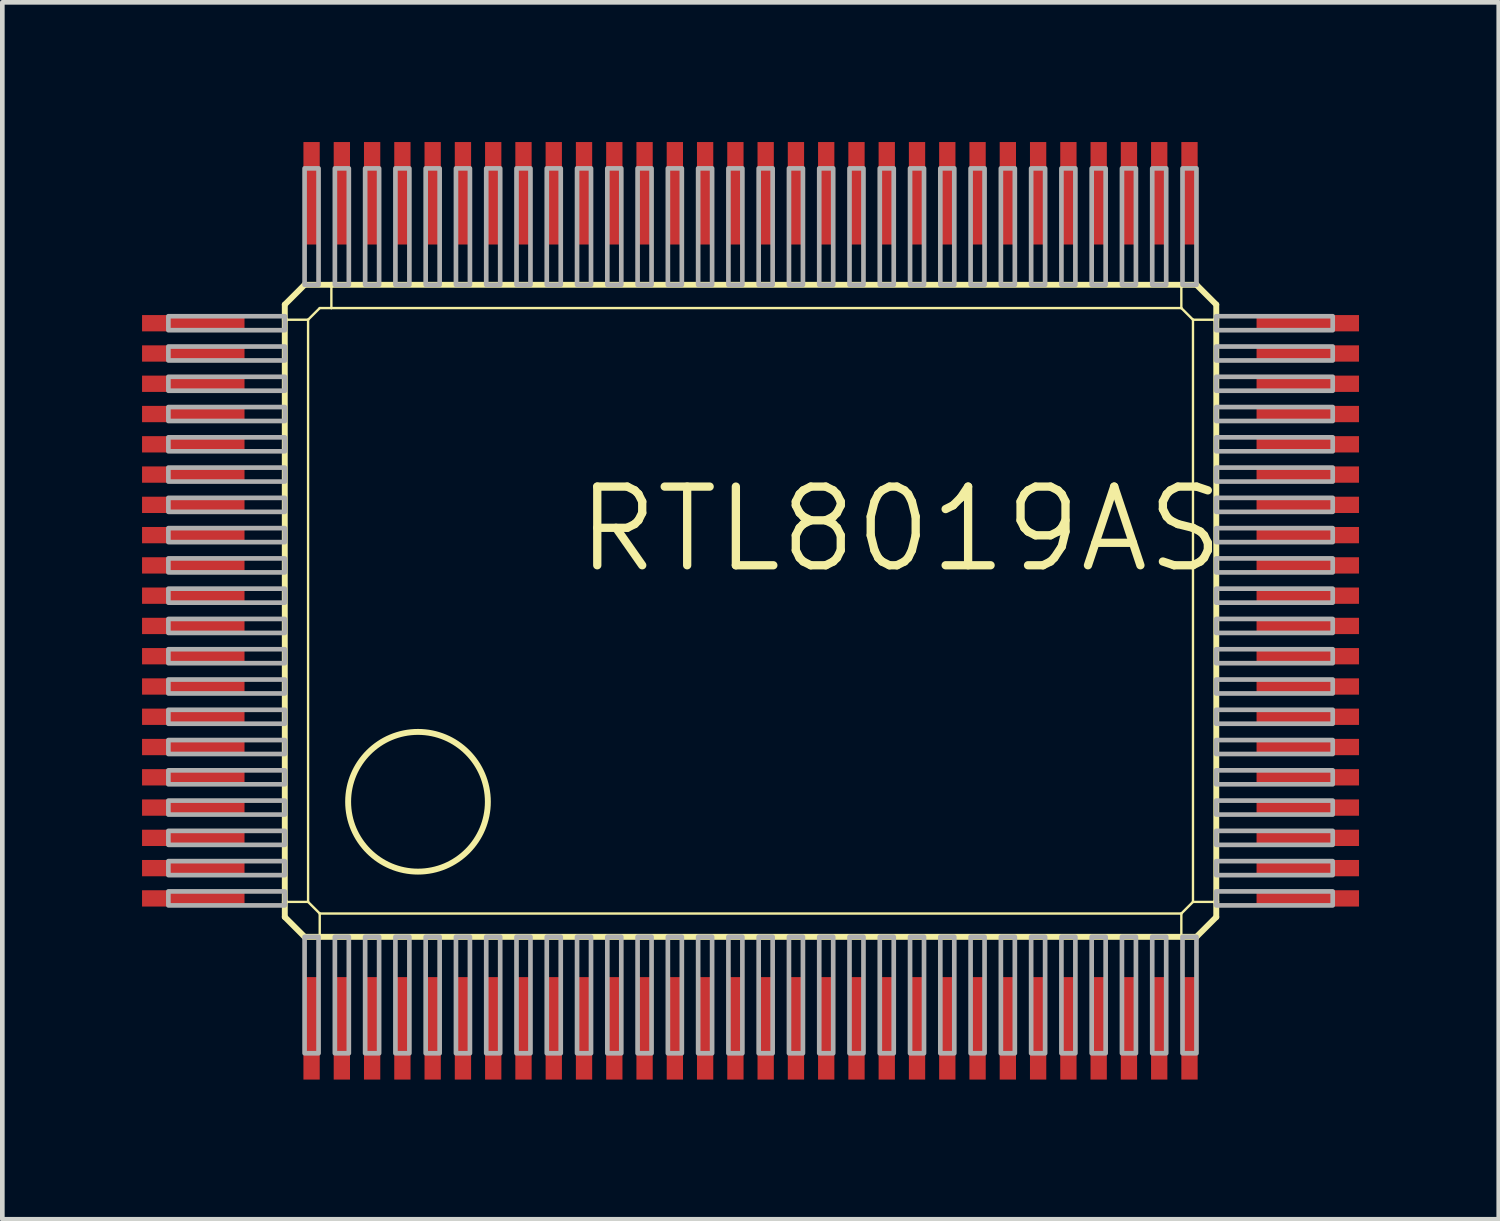
<source format=kicad_pcb>
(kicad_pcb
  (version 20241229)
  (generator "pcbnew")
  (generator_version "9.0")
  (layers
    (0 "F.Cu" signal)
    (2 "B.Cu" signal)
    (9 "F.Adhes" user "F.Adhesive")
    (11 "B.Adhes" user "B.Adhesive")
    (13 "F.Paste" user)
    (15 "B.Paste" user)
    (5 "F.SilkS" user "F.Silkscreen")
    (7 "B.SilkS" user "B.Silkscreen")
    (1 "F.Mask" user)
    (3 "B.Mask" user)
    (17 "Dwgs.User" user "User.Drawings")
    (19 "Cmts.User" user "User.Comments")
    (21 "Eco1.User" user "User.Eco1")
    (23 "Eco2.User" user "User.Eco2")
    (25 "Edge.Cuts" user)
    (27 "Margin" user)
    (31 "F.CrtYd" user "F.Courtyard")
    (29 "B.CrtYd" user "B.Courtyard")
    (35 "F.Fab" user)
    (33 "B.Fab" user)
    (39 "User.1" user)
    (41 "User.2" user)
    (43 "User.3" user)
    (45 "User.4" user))
  (footprint "RTL8019AS"
    (layer "F.Cu")
    (at 13.065 10.065)
    (property "Reference" "RTL8019AS" (at -3.81 -0.762 0) (layer "F.SilkS") (effects (font (size 1.689 1.689) (thickness 0.178)) (justify left bottom)))
    (attr through_hole)
    (fp_line (start -10 -6.575) (end -9.575 -7) (stroke (width 0.127) (type solid)) (layer "F.SilkS"))
    (fp_line (start -10 -6.25) (end -10 -6.575) (stroke (width 0.127) (type solid)) (layer "F.SilkS"))
    (fp_line (start -10 -6.25) (end -9.5 -6.25) (stroke (width 0.051) (type solid)) (layer "F.SilkS"))
    (fp_line (start -10 6.25) (end -10 -6.25) (stroke (width 0.127) (type solid)) (layer "F.SilkS"))
    (fp_line (start -10 6.25) (end -9.5 6.25) (stroke (width 0.051) (type solid)) (layer "F.SilkS"))
    (fp_line (start -10 6.575) (end -10 6.25) (stroke (width 0.127) (type solid)) (layer "F.SilkS"))
    (fp_line (start -9.575 -7) (end -9 -7) (stroke (width 0.127) (type solid)) (layer "F.SilkS"))
    (fp_line (start -9.575 7) (end -10 6.575) (stroke (width 0.127) (type solid)) (layer "F.SilkS"))
    (fp_line (start -9.5 -6.25) (end -9.25 -6.5) (stroke (width 0.051) (type solid)) (layer "F.SilkS"))
    (fp_line (start -9.5 6.25) (end -9.5 -6.25) (stroke (width 0.051) (type solid)) (layer "F.SilkS"))
    (fp_line (start -9.25 -6.5) (end -9 -6.5) (stroke (width 0.051) (type solid)) (layer "F.SilkS"))
    (fp_line (start -9.25 6.5) (end -9.5 6.25) (stroke (width 0.051) (type solid)) (layer "F.SilkS"))
    (fp_line (start -9.25 7) (end -9.575 7) (stroke (width 0.127) (type solid)) (layer "F.SilkS"))
    (fp_line (start -9.25 7) (end -9.25 6.5) (stroke (width 0.051) (type solid)) (layer "F.SilkS"))
    (fp_line (start -9 -7) (end -9 -6.5) (stroke (width 0.051) (type solid)) (layer "F.SilkS"))
    (fp_line (start -9 -7) (end 9.25 -7) (stroke (width 0.127) (type solid)) (layer "F.SilkS"))
    (fp_line (start -9 -6.5) (end 9.25 -6.5) (stroke (width 0.051) (type solid)) (layer "F.SilkS"))
    (fp_line (start 9.25 -7) (end 9.25 -6.5) (stroke (width 0.051) (type solid)) (layer "F.SilkS"))
    (fp_line (start 9.25 -7) (end 9.575 -7) (stroke (width 0.127) (type solid)) (layer "F.SilkS"))
    (fp_line (start 9.25 -6.5) (end 9.5 -6.25) (stroke (width 0.051) (type solid)) (layer "F.SilkS"))
    (fp_line (start 9.25 6.5) (end -9.25 6.5) (stroke (width 0.051) (type solid)) (layer "F.SilkS"))
    (fp_line (start 9.25 6.5) (end 9.25 7) (stroke (width 0.051) (type solid)) (layer "F.SilkS"))
    (fp_line (start 9.25 7) (end -9.25 7) (stroke (width 0.127) (type solid)) (layer "F.SilkS"))
    (fp_line (start 9.5 -6.25) (end 9.5 6.25) (stroke (width 0.051) (type solid)) (layer "F.SilkS"))
    (fp_line (start 9.5 6.25) (end 9.25 6.5) (stroke (width 0.051) (type solid)) (layer "F.SilkS"))
    (fp_line (start 9.575 -7) (end 10 -6.575) (stroke (width 0.127) (type solid)) (layer "F.SilkS"))
    (fp_line (start 9.575 7) (end 9.25 7) (stroke (width 0.127) (type solid)) (layer "F.SilkS"))
    (fp_line (start 10 -6.575) (end 10 -6.25) (stroke (width 0.127) (type solid)) (layer "F.SilkS"))
    (fp_line (start 10 -6.25) (end 9.5 -6.25) (stroke (width 0.051) (type solid)) (layer "F.SilkS"))
    (fp_line (start 10 -6.25) (end 10 6.25) (stroke (width 0.127) (type solid)) (layer "F.SilkS"))
    (fp_line (start 10 6.25) (end 9.5 6.25) (stroke (width 0.051) (type solid)) (layer "F.SilkS"))
    (fp_line (start 10 6.25) (end 10 6.575) (stroke (width 0.127) (type solid)) (layer "F.SilkS"))
    (fp_line (start 10 6.575) (end 9.575 7) (stroke (width 0.127) (type solid)) (layer "F.SilkS"))
    (fp_circle (center -7.14 4.1) (end -5.64 4.1) (stroke (width 0.127) (type solid)) (fill no) (layer "F.SilkS"))
    (fp_poly (pts (xy -12.5 -6.025) (xy -10 -6.025) (xy -10 -6.325) (xy -12.5 -6.325)) (stroke (width 0.1) (type solid)) (fill no) (layer "F.Fab"))
    (fp_poly (pts (xy -12.5 -5.375) (xy -10 -5.375) (xy -10 -5.675) (xy -12.5 -5.675)) (stroke (width 0.1) (type solid)) (fill no) (layer "F.Fab"))
    (fp_poly (pts (xy -12.5 -4.725) (xy -10 -4.725) (xy -10 -5.025) (xy -12.5 -5.025)) (stroke (width 0.1) (type solid)) (fill no) (layer "F.Fab"))
    (fp_poly (pts (xy -12.5 -4.075) (xy -10 -4.075) (xy -10 -4.375) (xy -12.5 -4.375)) (stroke (width 0.1) (type solid)) (fill no) (layer "F.Fab"))
    (fp_poly (pts (xy -12.5 -3.425) (xy -10 -3.425) (xy -10 -3.725) (xy -12.5 -3.725)) (stroke (width 0.1) (type solid)) (fill no) (layer "F.Fab"))
    (fp_poly (pts (xy -12.5 -2.775) (xy -10 -2.775) (xy -10 -3.075) (xy -12.5 -3.075)) (stroke (width 0.1) (type solid)) (fill no) (layer "F.Fab"))
    (fp_poly (pts (xy -12.5 -2.125) (xy -10 -2.125) (xy -10 -2.425) (xy -12.5 -2.425)) (stroke (width 0.1) (type solid)) (fill no) (layer "F.Fab"))
    (fp_poly (pts (xy -12.5 -1.475) (xy -10 -1.475) (xy -10 -1.775) (xy -12.5 -1.775)) (stroke (width 0.1) (type solid)) (fill no) (layer "F.Fab"))
    (fp_poly (pts (xy -12.5 -0.825) (xy -10 -0.825) (xy -10 -1.125) (xy -12.5 -1.125)) (stroke (width 0.1) (type solid)) (fill no) (layer "F.Fab"))
    (fp_poly (pts (xy -12.5 -0.175) (xy -10 -0.175) (xy -10 -0.475) (xy -12.5 -0.475)) (stroke (width 0.1) (type solid)) (fill no) (layer "F.Fab"))
    (fp_poly (pts (xy -12.5 0.475) (xy -10 0.475) (xy -10 0.175) (xy -12.5 0.175)) (stroke (width 0.1) (type solid)) (fill no) (layer "F.Fab"))
    (fp_poly (pts (xy -12.5 1.125) (xy -10 1.125) (xy -10 0.825) (xy -12.5 0.825)) (stroke (width 0.1) (type solid)) (fill no) (layer "F.Fab"))
    (fp_poly (pts (xy -12.5 1.775) (xy -10 1.775) (xy -10 1.475) (xy -12.5 1.475)) (stroke (width 0.1) (type solid)) (fill no) (layer "F.Fab"))
    (fp_poly (pts (xy -12.5 2.425) (xy -10 2.425) (xy -10 2.125) (xy -12.5 2.125)) (stroke (width 0.1) (type solid)) (fill no) (layer "F.Fab"))
    (fp_poly (pts (xy -12.5 3.075) (xy -10 3.075) (xy -10 2.775) (xy -12.5 2.775)) (stroke (width 0.1) (type solid)) (fill no) (layer "F.Fab"))
    (fp_poly (pts (xy -12.5 3.725) (xy -10 3.725) (xy -10 3.425) (xy -12.5 3.425)) (stroke (width 0.1) (type solid)) (fill no) (layer "F.Fab"))
    (fp_poly (pts (xy -12.5 4.375) (xy -10 4.375) (xy -10 4.075) (xy -12.5 4.075)) (stroke (width 0.1) (type solid)) (fill no) (layer "F.Fab"))
    (fp_poly (pts (xy -12.5 5.025) (xy -10 5.025) (xy -10 4.725) (xy -12.5 4.725)) (stroke (width 0.1) (type solid)) (fill no) (layer "F.Fab"))
    (fp_poly (pts (xy -12.5 5.675) (xy -10 5.675) (xy -10 5.375) (xy -12.5 5.375)) (stroke (width 0.1) (type solid)) (fill no) (layer "F.Fab"))
    (fp_poly (pts (xy -12.5 6.325) (xy -10 6.325) (xy -10 6.025) (xy -12.5 6.025)) (stroke (width 0.1) (type solid)) (fill no) (layer "F.Fab"))
    (fp_poly (pts (xy -9.575 -7) (xy -9.275 -7) (xy -9.275 -9.5) (xy -9.575 -9.5)) (stroke (width 0.1) (type solid)) (fill no) (layer "F.Fab"))
    (fp_poly (pts (xy -9.575 9.5) (xy -9.275 9.5) (xy -9.275 7) (xy -9.575 7)) (stroke (width 0.1) (type solid)) (fill no) (layer "F.Fab"))
    (fp_poly (pts (xy -8.925 -7) (xy -8.625 -7) (xy -8.625 -9.5) (xy -8.925 -9.5)) (stroke (width 0.1) (type solid)) (fill no) (layer "F.Fab"))
    (fp_poly (pts (xy -8.925 9.5) (xy -8.625 9.5) (xy -8.625 7) (xy -8.925 7)) (stroke (width 0.1) (type solid)) (fill no) (layer "F.Fab"))
    (fp_poly (pts (xy -8.275 -7) (xy -7.975 -7) (xy -7.975 -9.5) (xy -8.275 -9.5)) (stroke (width 0.1) (type solid)) (fill no) (layer "F.Fab"))
    (fp_poly (pts (xy -8.275 9.5) (xy -7.975 9.5) (xy -7.975 7) (xy -8.275 7)) (stroke (width 0.1) (type solid)) (fill no) (layer "F.Fab"))
    (fp_poly (pts (xy -7.625 -7) (xy -7.325 -7) (xy -7.325 -9.5) (xy -7.625 -9.5)) (stroke (width 0.1) (type solid)) (fill no) (layer "F.Fab"))
    (fp_poly (pts (xy -7.625 9.5) (xy -7.325 9.5) (xy -7.325 7) (xy -7.625 7)) (stroke (width 0.1) (type solid)) (fill no) (layer "F.Fab"))
    (fp_poly (pts (xy -6.975 -7) (xy -6.675 -7) (xy -6.675 -9.5) (xy -6.975 -9.5)) (stroke (width 0.1) (type solid)) (fill no) (layer "F.Fab"))
    (fp_poly (pts (xy -6.975 9.5) (xy -6.675 9.5) (xy -6.675 7) (xy -6.975 7)) (stroke (width 0.1) (type solid)) (fill no) (layer "F.Fab"))
    (fp_poly (pts (xy -6.325 -7) (xy -6.025 -7) (xy -6.025 -9.5) (xy -6.325 -9.5)) (stroke (width 0.1) (type solid)) (fill no) (layer "F.Fab"))
    (fp_poly (pts (xy -6.325 9.5) (xy -6.025 9.5) (xy -6.025 7) (xy -6.325 7)) (stroke (width 0.1) (type solid)) (fill no) (layer "F.Fab"))
    (fp_poly (pts (xy -5.675 -7) (xy -5.375 -7) (xy -5.375 -9.5) (xy -5.675 -9.5)) (stroke (width 0.1) (type solid)) (fill no) (layer "F.Fab"))
    (fp_poly (pts (xy -5.675 9.5) (xy -5.375 9.5) (xy -5.375 7) (xy -5.675 7)) (stroke (width 0.1) (type solid)) (fill no) (layer "F.Fab"))
    (fp_poly (pts (xy -5.025 -7) (xy -4.725 -7) (xy -4.725 -9.5) (xy -5.025 -9.5)) (stroke (width 0.1) (type solid)) (fill no) (layer "F.Fab"))
    (fp_poly (pts (xy -5.025 9.5) (xy -4.725 9.5) (xy -4.725 7) (xy -5.025 7)) (stroke (width 0.1) (type solid)) (fill no) (layer "F.Fab"))
    (fp_poly (pts (xy -4.375 -7) (xy -4.075 -7) (xy -4.075 -9.5) (xy -4.375 -9.5)) (stroke (width 0.1) (type solid)) (fill no) (layer "F.Fab"))
    (fp_poly (pts (xy -4.375 9.5) (xy -4.075 9.5) (xy -4.075 7) (xy -4.375 7)) (stroke (width 0.1) (type solid)) (fill no) (layer "F.Fab"))
    (fp_poly (pts (xy -3.725 -7) (xy -3.425 -7) (xy -3.425 -9.5) (xy -3.725 -9.5)) (stroke (width 0.1) (type solid)) (fill no) (layer "F.Fab"))
    (fp_poly (pts (xy -3.725 9.5) (xy -3.425 9.5) (xy -3.425 7) (xy -3.725 7)) (stroke (width 0.1) (type solid)) (fill no) (layer "F.Fab"))
    (fp_poly (pts (xy -3.075 -7) (xy -2.775 -7) (xy -2.775 -9.5) (xy -3.075 -9.5)) (stroke (width 0.1) (type solid)) (fill no) (layer "F.Fab"))
    (fp_poly (pts (xy -3.075 9.5) (xy -2.775 9.5) (xy -2.775 7) (xy -3.075 7)) (stroke (width 0.1) (type solid)) (fill no) (layer "F.Fab"))
    (fp_poly (pts (xy -2.425 -7) (xy -2.125 -7) (xy -2.125 -9.5) (xy -2.425 -9.5)) (stroke (width 0.1) (type solid)) (fill no) (layer "F.Fab"))
    (fp_poly (pts (xy -2.425 9.5) (xy -2.125 9.5) (xy -2.125 7) (xy -2.425 7)) (stroke (width 0.1) (type solid)) (fill no) (layer "F.Fab"))
    (fp_poly (pts (xy -1.775 -7) (xy -1.475 -7) (xy -1.475 -9.5) (xy -1.775 -9.5)) (stroke (width 0.1) (type solid)) (fill no) (layer "F.Fab"))
    (fp_poly (pts (xy -1.775 9.5) (xy -1.475 9.5) (xy -1.475 7) (xy -1.775 7)) (stroke (width 0.1) (type solid)) (fill no) (layer "F.Fab"))
    (fp_poly (pts (xy -1.125 -7) (xy -0.825 -7) (xy -0.825 -9.5) (xy -1.125 -9.5)) (stroke (width 0.1) (type solid)) (fill no) (layer "F.Fab"))
    (fp_poly (pts (xy -1.125 9.5) (xy -0.825 9.5) (xy -0.825 7) (xy -1.125 7)) (stroke (width 0.1) (type solid)) (fill no) (layer "F.Fab"))
    (fp_poly (pts (xy -0.475 -7) (xy -0.175 -7) (xy -0.175 -9.5) (xy -0.475 -9.5)) (stroke (width 0.1) (type solid)) (fill no) (layer "F.Fab"))
    (fp_poly (pts (xy -0.475 9.5) (xy -0.175 9.5) (xy -0.175 7) (xy -0.475 7)) (stroke (width 0.1) (type solid)) (fill no) (layer "F.Fab"))
    (fp_poly (pts (xy 0.175 -7) (xy 0.475 -7) (xy 0.475 -9.5) (xy 0.175 -9.5)) (stroke (width 0.1) (type solid)) (fill no) (layer "F.Fab"))
    (fp_poly (pts (xy 0.175 9.5) (xy 0.475 9.5) (xy 0.475 7) (xy 0.175 7)) (stroke (width 0.1) (type solid)) (fill no) (layer "F.Fab"))
    (fp_poly (pts (xy 0.825 -7) (xy 1.125 -7) (xy 1.125 -9.5) (xy 0.825 -9.5)) (stroke (width 0.1) (type solid)) (fill no) (layer "F.Fab"))
    (fp_poly (pts (xy 0.825 9.5) (xy 1.125 9.5) (xy 1.125 7) (xy 0.825 7)) (stroke (width 0.1) (type solid)) (fill no) (layer "F.Fab"))
    (fp_poly (pts (xy 1.475 -7) (xy 1.775 -7) (xy 1.775 -9.5) (xy 1.475 -9.5)) (stroke (width 0.1) (type solid)) (fill no) (layer "F.Fab"))
    (fp_poly (pts (xy 1.475 9.5) (xy 1.775 9.5) (xy 1.775 7) (xy 1.475 7)) (stroke (width 0.1) (type solid)) (fill no) (layer "F.Fab"))
    (fp_poly (pts (xy 2.125 -7) (xy 2.425 -7) (xy 2.425 -9.5) (xy 2.125 -9.5)) (stroke (width 0.1) (type solid)) (fill no) (layer "F.Fab"))
    (fp_poly (pts (xy 2.125 9.5) (xy 2.425 9.5) (xy 2.425 7) (xy 2.125 7)) (stroke (width 0.1) (type solid)) (fill no) (layer "F.Fab"))
    (fp_poly (pts (xy 2.775 -7) (xy 3.075 -7) (xy 3.075 -9.5) (xy 2.775 -9.5)) (stroke (width 0.1) (type solid)) (fill no) (layer "F.Fab"))
    (fp_poly (pts (xy 2.775 9.5) (xy 3.075 9.5) (xy 3.075 7) (xy 2.775 7)) (stroke (width 0.1) (type solid)) (fill no) (layer "F.Fab"))
    (fp_poly (pts (xy 3.425 -7) (xy 3.725 -7) (xy 3.725 -9.5) (xy 3.425 -9.5)) (stroke (width 0.1) (type solid)) (fill no) (layer "F.Fab"))
    (fp_poly (pts (xy 3.425 9.5) (xy 3.725 9.5) (xy 3.725 7) (xy 3.425 7)) (stroke (width 0.1) (type solid)) (fill no) (layer "F.Fab"))
    (fp_poly (pts (xy 4.075 -7) (xy 4.375 -7) (xy 4.375 -9.5) (xy 4.075 -9.5)) (stroke (width 0.1) (type solid)) (fill no) (layer "F.Fab"))
    (fp_poly (pts (xy 4.075 9.5) (xy 4.375 9.5) (xy 4.375 7) (xy 4.075 7)) (stroke (width 0.1) (type solid)) (fill no) (layer "F.Fab"))
    (fp_poly (pts (xy 4.725 -7) (xy 5.025 -7) (xy 5.025 -9.5) (xy 4.725 -9.5)) (stroke (width 0.1) (type solid)) (fill no) (layer "F.Fab"))
    (fp_poly (pts (xy 4.725 9.5) (xy 5.025 9.5) (xy 5.025 7) (xy 4.725 7)) (stroke (width 0.1) (type solid)) (fill no) (layer "F.Fab"))
    (fp_poly (pts (xy 5.375 -7) (xy 5.675 -7) (xy 5.675 -9.5) (xy 5.375 -9.5)) (stroke (width 0.1) (type solid)) (fill no) (layer "F.Fab"))
    (fp_poly (pts (xy 5.375 9.5) (xy 5.675 9.5) (xy 5.675 7) (xy 5.375 7)) (stroke (width 0.1) (type solid)) (fill no) (layer "F.Fab"))
    (fp_poly (pts (xy 6.025 -7) (xy 6.325 -7) (xy 6.325 -9.5) (xy 6.025 -9.5)) (stroke (width 0.1) (type solid)) (fill no) (layer "F.Fab"))
    (fp_poly (pts (xy 6.025 9.5) (xy 6.325 9.5) (xy 6.325 7) (xy 6.025 7)) (stroke (width 0.1) (type solid)) (fill no) (layer "F.Fab"))
    (fp_poly (pts (xy 6.675 -7) (xy 6.975 -7) (xy 6.975 -9.5) (xy 6.675 -9.5)) (stroke (width 0.1) (type solid)) (fill no) (layer "F.Fab"))
    (fp_poly (pts (xy 6.675 9.5) (xy 6.975 9.5) (xy 6.975 7) (xy 6.675 7)) (stroke (width 0.1) (type solid)) (fill no) (layer "F.Fab"))
    (fp_poly (pts (xy 7.325 -7) (xy 7.625 -7) (xy 7.625 -9.5) (xy 7.325 -9.5)) (stroke (width 0.1) (type solid)) (fill no) (layer "F.Fab"))
    (fp_poly (pts (xy 7.325 9.5) (xy 7.625 9.5) (xy 7.625 7) (xy 7.325 7)) (stroke (width 0.1) (type solid)) (fill no) (layer "F.Fab"))
    (fp_poly (pts (xy 7.975 -7) (xy 8.275 -7) (xy 8.275 -9.5) (xy 7.975 -9.5)) (stroke (width 0.1) (type solid)) (fill no) (layer "F.Fab"))
    (fp_poly (pts (xy 7.975 9.5) (xy 8.275 9.5) (xy 8.275 7) (xy 7.975 7)) (stroke (width 0.1) (type solid)) (fill no) (layer "F.Fab"))
    (fp_poly (pts (xy 8.625 -7) (xy 8.925 -7) (xy 8.925 -9.5) (xy 8.625 -9.5)) (stroke (width 0.1) (type solid)) (fill no) (layer "F.Fab"))
    (fp_poly (pts (xy 8.625 9.5) (xy 8.925 9.5) (xy 8.925 7) (xy 8.625 7)) (stroke (width 0.1) (type solid)) (fill no) (layer "F.Fab"))
    (fp_poly (pts (xy 9.275 -7) (xy 9.575 -7) (xy 9.575 -9.5) (xy 9.275 -9.5)) (stroke (width 0.1) (type solid)) (fill no) (layer "F.Fab"))
    (fp_poly (pts (xy 9.275 9.5) (xy 9.575 9.5) (xy 9.575 7) (xy 9.275 7)) (stroke (width 0.1) (type solid)) (fill no) (layer "F.Fab"))
    (fp_poly (pts (xy 10 -6.025) (xy 12.5 -6.025) (xy 12.5 -6.325) (xy 10 -6.325)) (stroke (width 0.1) (type solid)) (fill no) (layer "F.Fab"))
    (fp_poly (pts (xy 10 -5.375) (xy 12.5 -5.375) (xy 12.5 -5.675) (xy 10 -5.675)) (stroke (width 0.1) (type solid)) (fill no) (layer "F.Fab"))
    (fp_poly (pts (xy 10 -4.725) (xy 12.5 -4.725) (xy 12.5 -5.025) (xy 10 -5.025)) (stroke (width 0.1) (type solid)) (fill no) (layer "F.Fab"))
    (fp_poly (pts (xy 10 -4.075) (xy 12.5 -4.075) (xy 12.5 -4.375) (xy 10 -4.375)) (stroke (width 0.1) (type solid)) (fill no) (layer "F.Fab"))
    (fp_poly (pts (xy 10 -3.425) (xy 12.5 -3.425) (xy 12.5 -3.725) (xy 10 -3.725)) (stroke (width 0.1) (type solid)) (fill no) (layer "F.Fab"))
    (fp_poly (pts (xy 10 -2.775) (xy 12.5 -2.775) (xy 12.5 -3.075) (xy 10 -3.075)) (stroke (width 0.1) (type solid)) (fill no) (layer "F.Fab"))
    (fp_poly (pts (xy 10 -2.125) (xy 12.5 -2.125) (xy 12.5 -2.425) (xy 10 -2.425)) (stroke (width 0.1) (type solid)) (fill no) (layer "F.Fab"))
    (fp_poly (pts (xy 10 -1.475) (xy 12.5 -1.475) (xy 12.5 -1.775) (xy 10 -1.775)) (stroke (width 0.1) (type solid)) (fill no) (layer "F.Fab"))
    (fp_poly (pts (xy 10 -0.825) (xy 12.5 -0.825) (xy 12.5 -1.125) (xy 10 -1.125)) (stroke (width 0.1) (type solid)) (fill no) (layer "F.Fab"))
    (fp_poly (pts (xy 10 -0.175) (xy 12.5 -0.175) (xy 12.5 -0.475) (xy 10 -0.475)) (stroke (width 0.1) (type solid)) (fill no) (layer "F.Fab"))
    (fp_poly (pts (xy 10 0.475) (xy 12.5 0.475) (xy 12.5 0.175) (xy 10 0.175)) (stroke (width 0.1) (type solid)) (fill no) (layer "F.Fab"))
    (fp_poly (pts (xy 10 1.125) (xy 12.5 1.125) (xy 12.5 0.825) (xy 10 0.825)) (stroke (width 0.1) (type solid)) (fill no) (layer "F.Fab"))
    (fp_poly (pts (xy 10 1.775) (xy 12.5 1.775) (xy 12.5 1.475) (xy 10 1.475)) (stroke (width 0.1) (type solid)) (fill no) (layer "F.Fab"))
    (fp_poly (pts (xy 10 2.425) (xy 12.5 2.425) (xy 12.5 2.125) (xy 10 2.125)) (stroke (width 0.1) (type solid)) (fill no) (layer "F.Fab"))
    (fp_poly (pts (xy 10 3.075) (xy 12.5 3.075) (xy 12.5 2.775) (xy 10 2.775)) (stroke (width 0.1) (type solid)) (fill no) (layer "F.Fab"))
    (fp_poly (pts (xy 10 3.725) (xy 12.5 3.725) (xy 12.5 3.425) (xy 10 3.425)) (stroke (width 0.1) (type solid)) (fill no) (layer "F.Fab"))
    (fp_poly (pts (xy 10 4.375) (xy 12.5 4.375) (xy 12.5 4.075) (xy 10 4.075)) (stroke (width 0.1) (type solid)) (fill no) (layer "F.Fab"))
    (fp_poly (pts (xy 10 5.025) (xy 12.5 5.025) (xy 12.5 4.725) (xy 10 4.725)) (stroke (width 0.1) (type solid)) (fill no) (layer "F.Fab"))
    (fp_poly (pts (xy 10 5.675) (xy 12.5 5.675) (xy 12.5 5.375) (xy 10 5.375)) (stroke (width 0.1) (type solid)) (fill no) (layer "F.Fab"))
    (fp_poly (pts (xy 10 6.325) (xy 12.5 6.325) (xy 12.5 6.025) (xy 10 6.025)) (stroke (width 0.1) (type solid)) (fill no) (layer "F.Fab"))
    (pad "1" smd rect (at -9.425 8.965) (size 0.35 2.2) (layers "F.Cu" "F.Mask" "F.Paste"))
    (pad "2" smd rect (at -8.775 8.965) (size 0.35 2.2) (layers "F.Cu" "F.Mask" "F.Paste"))
    (pad "3" smd rect (at -8.125 8.965) (size 0.35 2.2) (layers "F.Cu" "F.Mask" "F.Paste"))
    (pad "4" smd rect (at -7.475 8.965) (size 0.35 2.2) (layers "F.Cu" "F.Mask" "F.Paste"))
    (pad "5" smd rect (at -6.825 8.965) (size 0.35 2.2) (layers "F.Cu" "F.Mask" "F.Paste"))
    (pad "6" smd rect (at -6.175 8.965) (size 0.35 2.2) (layers "F.Cu" "F.Mask" "F.Paste"))
    (pad "7" smd rect (at -5.525 8.965) (size 0.35 2.2) (layers "F.Cu" "F.Mask" "F.Paste"))
    (pad "8" smd rect (at -4.875 8.965) (size 0.35 2.2) (layers "F.Cu" "F.Mask" "F.Paste"))
    (pad "9" smd rect (at -4.225 8.965) (size 0.35 2.2) (layers "F.Cu" "F.Mask" "F.Paste"))
    (pad "10" smd rect (at -3.575 8.965) (size 0.35 2.2) (layers "F.Cu" "F.Mask" "F.Paste"))
    (pad "11" smd rect (at -2.925 8.965) (size 0.35 2.2) (layers "F.Cu" "F.Mask" "F.Paste"))
    (pad "12" smd rect (at -2.275 8.965) (size 0.35 2.2) (layers "F.Cu" "F.Mask" "F.Paste"))
    (pad "13" smd rect (at -1.625 8.965) (size 0.35 2.2) (layers "F.Cu" "F.Mask" "F.Paste"))
    (pad "14" smd rect (at -0.975 8.965) (size 0.35 2.2) (layers "F.Cu" "F.Mask" "F.Paste"))
    (pad "15" smd rect (at -0.325 8.965) (size 0.35 2.2) (layers "F.Cu" "F.Mask" "F.Paste"))
    (pad "16" smd rect (at 0.325 8.965) (size 0.35 2.2) (layers "F.Cu" "F.Mask" "F.Paste"))
    (pad "17" smd rect (at 0.975 8.965) (size 0.35 2.2) (layers "F.Cu" "F.Mask" "F.Paste"))
    (pad "18" smd rect (at 1.625 8.965) (size 0.35 2.2) (layers "F.Cu" "F.Mask" "F.Paste"))
    (pad "19" smd rect (at 2.275 8.965) (size 0.35 2.2) (layers "F.Cu" "F.Mask" "F.Paste"))
    (pad "20" smd rect (at 2.925 8.965) (size 0.35 2.2) (layers "F.Cu" "F.Mask" "F.Paste"))
    (pad "21" smd rect (at 3.575 8.965) (size 0.35 2.2) (layers "F.Cu" "F.Mask" "F.Paste"))
    (pad "22" smd rect (at 4.225 8.965) (size 0.35 2.2) (layers "F.Cu" "F.Mask" "F.Paste"))
    (pad "23" smd rect (at 4.875 8.965) (size 0.35 2.2) (layers "F.Cu" "F.Mask" "F.Paste"))
    (pad "24" smd rect (at 5.525 8.965) (size 0.35 2.2) (layers "F.Cu" "F.Mask" "F.Paste"))
    (pad "25" smd rect (at 6.175 8.965) (size 0.35 2.2) (layers "F.Cu" "F.Mask" "F.Paste"))
    (pad "26" smd rect (at 6.825 8.965) (size 0.35 2.2) (layers "F.Cu" "F.Mask" "F.Paste"))
    (pad "27" smd rect (at 7.475 8.965) (size 0.35 2.2) (layers "F.Cu" "F.Mask" "F.Paste"))
    (pad "28" smd rect (at 8.125 8.965) (size 0.35 2.2) (layers "F.Cu" "F.Mask" "F.Paste"))
    (pad "29" smd rect (at 8.775 8.965) (size 0.35 2.2) (layers "F.Cu" "F.Mask" "F.Paste"))
    (pad "30" smd rect (at 9.425 8.965) (size 0.35 2.2) (layers "F.Cu" "F.Mask" "F.Paste"))
    (pad "31" smd rect (at 11.965 6.175) (size 2.2 0.35) (layers "F.Cu" "F.Mask" "F.Paste"))
    (pad "32" smd rect (at 11.965 5.525) (size 2.2 0.35) (layers "F.Cu" "F.Mask" "F.Paste"))
    (pad "33" smd rect (at 11.965 4.875) (size 2.2 0.35) (layers "F.Cu" "F.Mask" "F.Paste"))
    (pad "34" smd rect (at 11.965 4.225) (size 2.2 0.35) (layers "F.Cu" "F.Mask" "F.Paste"))
    (pad "35" smd rect (at 11.965 3.575) (size 2.2 0.35) (layers "F.Cu" "F.Mask" "F.Paste"))
    (pad "36" smd rect (at 11.965 2.925) (size 2.2 0.35) (layers "F.Cu" "F.Mask" "F.Paste"))
    (pad "37" smd rect (at 11.965 2.275) (size 2.2 0.35) (layers "F.Cu" "F.Mask" "F.Paste"))
    (pad "38" smd rect (at 11.965 1.625) (size 2.2 0.35) (layers "F.Cu" "F.Mask" "F.Paste"))
    (pad "39" smd rect (at 11.965 0.975) (size 2.2 0.35) (layers "F.Cu" "F.Mask" "F.Paste"))
    (pad "40" smd rect (at 11.965 0.325) (size 2.2 0.35) (layers "F.Cu" "F.Mask" "F.Paste"))
    (pad "41" smd rect (at 11.965 -0.325) (size 2.2 0.35) (layers "F.Cu" "F.Mask" "F.Paste"))
    (pad "42" smd rect (at 11.965 -0.975) (size 2.2 0.35) (layers "F.Cu" "F.Mask" "F.Paste"))
    (pad "43" smd rect (at 11.965 -1.625) (size 2.2 0.35) (layers "F.Cu" "F.Mask" "F.Paste"))
    (pad "44" smd rect (at 11.965 -2.275) (size 2.2 0.35) (layers "F.Cu" "F.Mask" "F.Paste"))
    (pad "45" smd rect (at 11.965 -2.925) (size 2.2 0.35) (layers "F.Cu" "F.Mask" "F.Paste"))
    (pad "46" smd rect (at 11.965 -3.575) (size 2.2 0.35) (layers "F.Cu" "F.Mask" "F.Paste"))
    (pad "47" smd rect (at 11.965 -4.225) (size 2.2 0.35) (layers "F.Cu" "F.Mask" "F.Paste"))
    (pad "48" smd rect (at 11.965 -4.875) (size 2.2 0.35) (layers "F.Cu" "F.Mask" "F.Paste"))
    (pad "49" smd rect (at 11.965 -5.525) (size 2.2 0.35) (layers "F.Cu" "F.Mask" "F.Paste"))
    (pad "50" smd rect (at 11.965 -6.175) (size 2.2 0.35) (layers "F.Cu" "F.Mask" "F.Paste"))
    (pad "51" smd rect (at 9.425 -8.965) (size 0.35 2.2) (layers "F.Cu" "F.Mask" "F.Paste"))
    (pad "52" smd rect (at 8.775 -8.965) (size 0.35 2.2) (layers "F.Cu" "F.Mask" "F.Paste"))
    (pad "53" smd rect (at 8.125 -8.965) (size 0.35 2.2) (layers "F.Cu" "F.Mask" "F.Paste"))
    (pad "54" smd rect (at 7.475 -8.965) (size 0.35 2.2) (layers "F.Cu" "F.Mask" "F.Paste"))
    (pad "55" smd rect (at 6.825 -8.965) (size 0.35 2.2) (layers "F.Cu" "F.Mask" "F.Paste"))
    (pad "56" smd rect (at 6.175 -8.965) (size 0.35 2.2) (layers "F.Cu" "F.Mask" "F.Paste"))
    (pad "57" smd rect (at 5.525 -8.965) (size 0.35 2.2) (layers "F.Cu" "F.Mask" "F.Paste"))
    (pad "58" smd rect (at 4.875 -8.965) (size 0.35 2.2) (layers "F.Cu" "F.Mask" "F.Paste"))
    (pad "59" smd rect (at 4.225 -8.965) (size 0.35 2.2) (layers "F.Cu" "F.Mask" "F.Paste"))
    (pad "60" smd rect (at 3.575 -8.965) (size 0.35 2.2) (layers "F.Cu" "F.Mask" "F.Paste"))
    (pad "61" smd rect (at 2.925 -8.965) (size 0.35 2.2) (layers "F.Cu" "F.Mask" "F.Paste"))
    (pad "62" smd rect (at 2.275 -8.965) (size 0.35 2.2) (layers "F.Cu" "F.Mask" "F.Paste"))
    (pad "63" smd rect (at 1.625 -8.965) (size 0.35 2.2) (layers "F.Cu" "F.Mask" "F.Paste"))
    (pad "64" smd rect (at 0.975 -8.965) (size 0.35 2.2) (layers "F.Cu" "F.Mask" "F.Paste"))
    (pad "65" smd rect (at 0.325 -8.965) (size 0.35 2.2) (layers "F.Cu" "F.Mask" "F.Paste"))
    (pad "66" smd rect (at -0.325 -8.965) (size 0.35 2.2) (layers "F.Cu" "F.Mask" "F.Paste"))
    (pad "67" smd rect (at -0.975 -8.965) (size 0.35 2.2) (layers "F.Cu" "F.Mask" "F.Paste"))
    (pad "68" smd rect (at -1.625 -8.965) (size 0.35 2.2) (layers "F.Cu" "F.Mask" "F.Paste"))
    (pad "69" smd rect (at -2.275 -8.965) (size 0.35 2.2) (layers "F.Cu" "F.Mask" "F.Paste"))
    (pad "70" smd rect (at -2.925 -8.965) (size 0.35 2.2) (layers "F.Cu" "F.Mask" "F.Paste"))
    (pad "71" smd rect (at -3.575 -8.965) (size 0.35 2.2) (layers "F.Cu" "F.Mask" "F.Paste"))
    (pad "72" smd rect (at -4.225 -8.965) (size 0.35 2.2) (layers "F.Cu" "F.Mask" "F.Paste"))
    (pad "73" smd rect (at -4.875 -8.965) (size 0.35 2.2) (layers "F.Cu" "F.Mask" "F.Paste"))
    (pad "74" smd rect (at -5.525 -8.965) (size 0.35 2.2) (layers "F.Cu" "F.Mask" "F.Paste"))
    (pad "75" smd rect (at -6.175 -8.965) (size 0.35 2.2) (layers "F.Cu" "F.Mask" "F.Paste"))
    (pad "76" smd rect (at -6.825 -8.965) (size 0.35 2.2) (layers "F.Cu" "F.Mask" "F.Paste"))
    (pad "77" smd rect (at -7.475 -8.965) (size 0.35 2.2) (layers "F.Cu" "F.Mask" "F.Paste"))
    (pad "78" smd rect (at -8.125 -8.965) (size 0.35 2.2) (layers "F.Cu" "F.Mask" "F.Paste"))
    (pad "79" smd rect (at -8.775 -8.965) (size 0.35 2.2) (layers "F.Cu" "F.Mask" "F.Paste"))
    (pad "80" smd rect (at -9.425 -8.965) (size 0.35 2.2) (layers "F.Cu" "F.Mask" "F.Paste"))
    (pad "81" smd rect (at -11.965 -6.175) (size 2.2 0.35) (layers "F.Cu" "F.Mask" "F.Paste"))
    (pad "82" smd rect (at -11.965 -5.525) (size 2.2 0.35) (layers "F.Cu" "F.Mask" "F.Paste"))
    (pad "83" smd rect (at -11.965 -4.875) (size 2.2 0.35) (layers "F.Cu" "F.Mask" "F.Paste"))
    (pad "84" smd rect (at -11.965 -4.225) (size 2.2 0.35) (layers "F.Cu" "F.Mask" "F.Paste"))
    (pad "85" smd rect (at -11.965 -3.575) (size 2.2 0.35) (layers "F.Cu" "F.Mask" "F.Paste"))
    (pad "86" smd rect (at -11.965 -2.925) (size 2.2 0.35) (layers "F.Cu" "F.Mask" "F.Paste"))
    (pad "87" smd rect (at -11.965 -2.275) (size 2.2 0.35) (layers "F.Cu" "F.Mask" "F.Paste"))
    (pad "88" smd rect (at -11.965 -1.625) (size 2.2 0.35) (layers "F.Cu" "F.Mask" "F.Paste"))
    (pad "89" smd rect (at -11.965 -0.975) (size 2.2 0.35) (layers "F.Cu" "F.Mask" "F.Paste"))
    (pad "90" smd rect (at -11.965 -0.325) (size 2.2 0.35) (layers "F.Cu" "F.Mask" "F.Paste"))
    (pad "91" smd rect (at -11.965 0.325) (size 2.2 0.35) (layers "F.Cu" "F.Mask" "F.Paste"))
    (pad "92" smd rect (at -11.965 0.975) (size 2.2 0.35) (layers "F.Cu" "F.Mask" "F.Paste"))
    (pad "93" smd rect (at -11.965 1.625) (size 2.2 0.35) (layers "F.Cu" "F.Mask" "F.Paste"))
    (pad "94" smd rect (at -11.965 2.275) (size 2.2 0.35) (layers "F.Cu" "F.Mask" "F.Paste"))
    (pad "95" smd rect (at -11.965 2.925) (size 2.2 0.35) (layers "F.Cu" "F.Mask" "F.Paste"))
    (pad "96" smd rect (at -11.965 3.575) (size 2.2 0.35) (layers "F.Cu" "F.Mask" "F.Paste"))
    (pad "97" smd rect (at -11.965 4.225) (size 2.2 0.35) (layers "F.Cu" "F.Mask" "F.Paste"))
    (pad "98" smd rect (at -11.965 4.875) (size 2.2 0.35) (layers "F.Cu" "F.Mask" "F.Paste"))
    (pad "99" smd rect (at -11.965 5.525) (size 2.2 0.35) (layers "F.Cu" "F.Mask" "F.Paste"))
    (pad "100" smd rect (at -11.965 6.175) (size 2.2 0.35) (layers "F.Cu" "F.Mask" "F.Paste")))
  (gr_rect
    (start -3 -3)
    (end 29.13 23.13)
    (stroke (width 0.1) (type default))
    (fill no)
    (layer "Edge.Cuts")))
</source>
